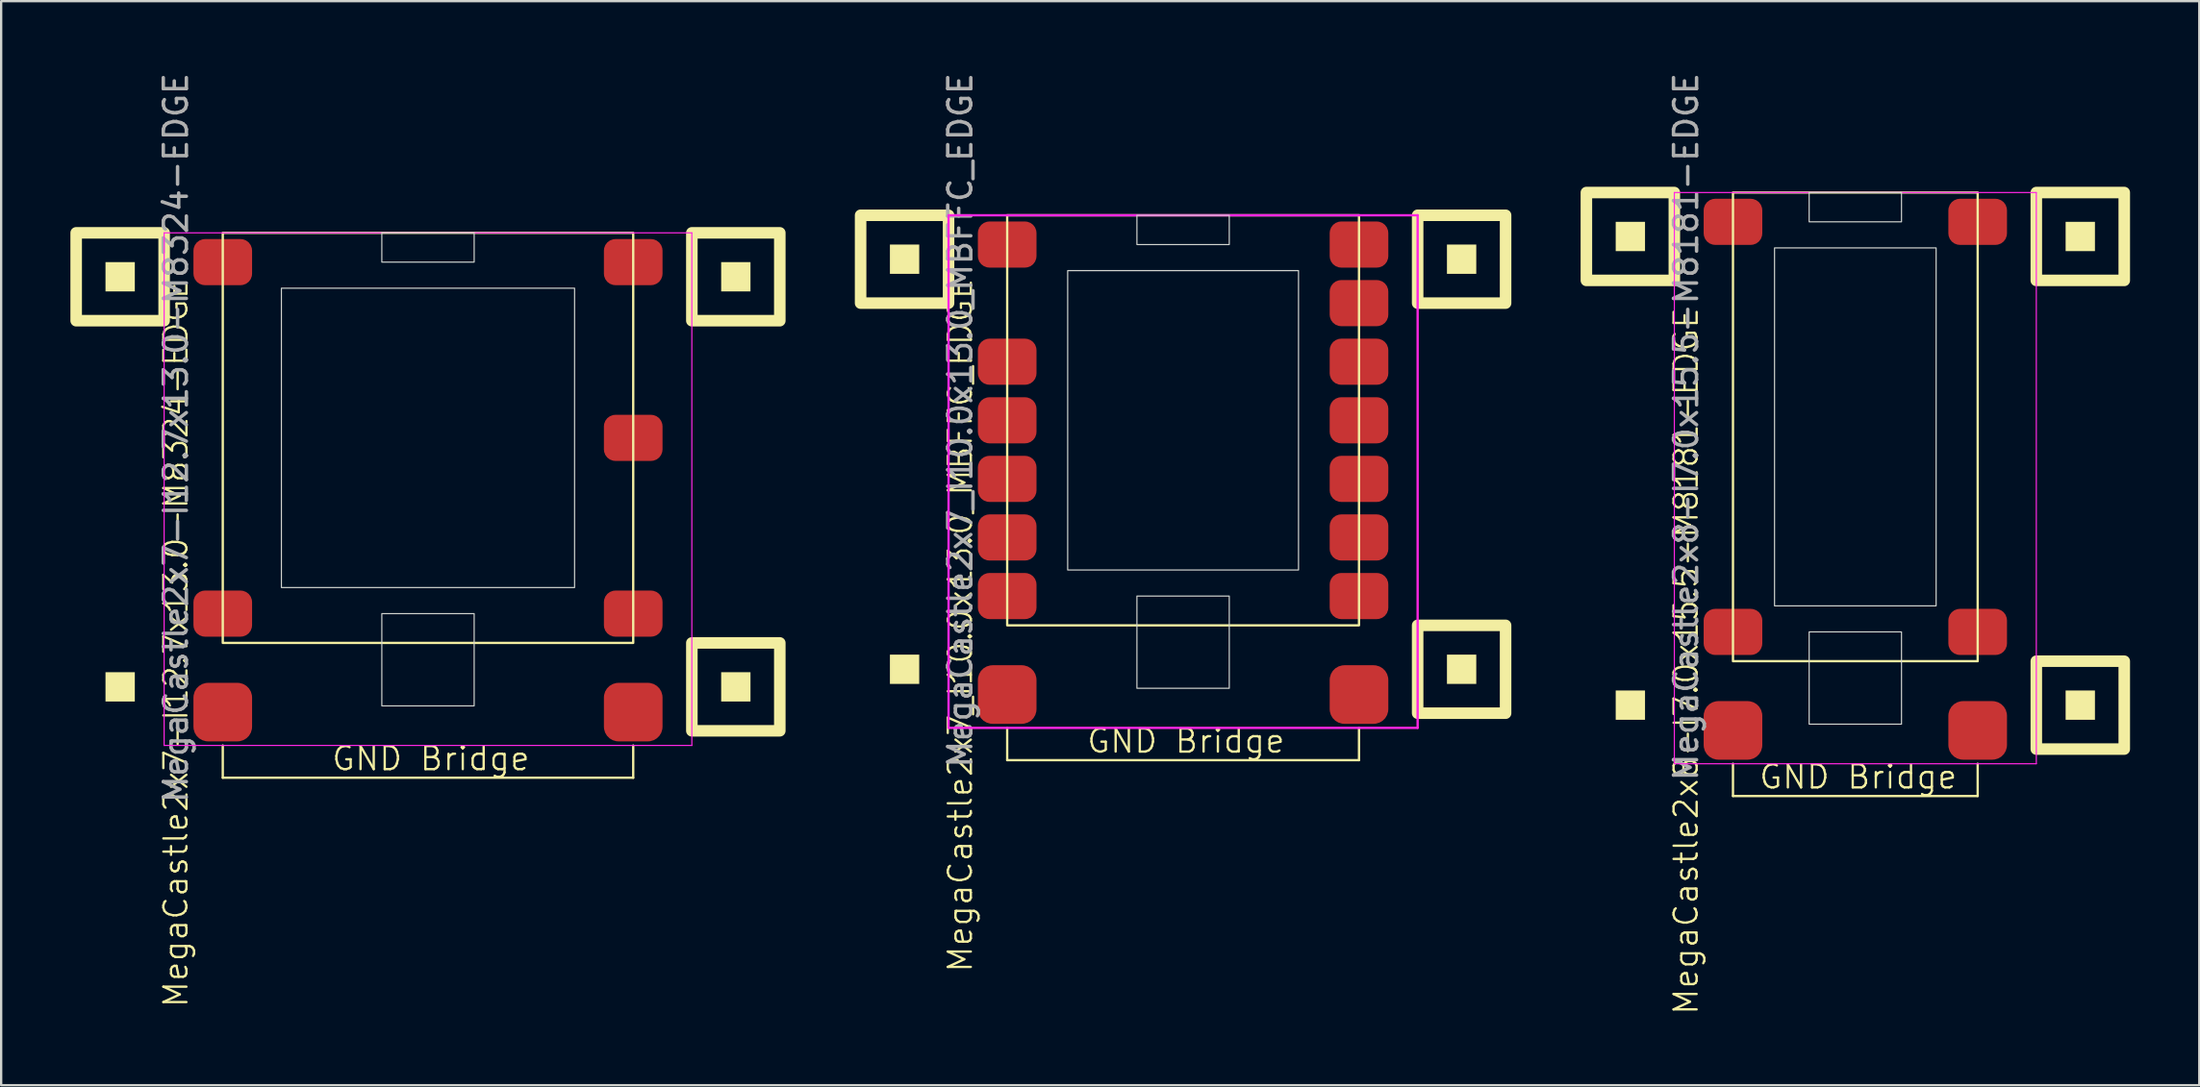
<source format=kicad_pcb>
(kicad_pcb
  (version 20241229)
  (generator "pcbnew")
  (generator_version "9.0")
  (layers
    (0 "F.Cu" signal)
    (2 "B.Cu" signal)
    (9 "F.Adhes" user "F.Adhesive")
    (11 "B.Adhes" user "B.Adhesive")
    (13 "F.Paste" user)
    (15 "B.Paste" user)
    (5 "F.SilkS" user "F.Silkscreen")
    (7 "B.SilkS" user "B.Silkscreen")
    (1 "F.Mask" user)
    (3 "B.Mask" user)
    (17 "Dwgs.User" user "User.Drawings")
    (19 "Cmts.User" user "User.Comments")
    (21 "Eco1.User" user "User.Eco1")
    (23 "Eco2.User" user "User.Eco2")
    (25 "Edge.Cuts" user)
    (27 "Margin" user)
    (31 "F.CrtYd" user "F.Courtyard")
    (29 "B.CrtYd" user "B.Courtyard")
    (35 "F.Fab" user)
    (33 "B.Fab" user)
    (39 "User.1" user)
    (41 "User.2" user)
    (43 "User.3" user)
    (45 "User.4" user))
  (footprint "MegaCastle2x7_I10.0x13.0_MBFFC_EDGE"
    (layer "F.Cu")
    (at 48.2 15.173)
    (property "Reference" "MegaCastle2x7_I10.0x13.0_MBFFC_EDGE" (at -9.652 8.89 90) (unlocked yes) (layer "F.SilkS") (effects (font (size 1 1) (thickness 0.1))))
    (attr smd)
    (fp_line (start -7.62 13.335) (end -7.62 14.735) (stroke (width 0.1) (type default)) (layer "F.SilkS"))
    (fp_line (start -7.62 14.735) (end 7.62 14.735) (stroke (width 0.1) (type default)) (layer "F.SilkS"))
    (fp_line (start 7.62 13.335) (end 7.62 14.735) (stroke (width 0.1) (type default)) (layer "F.SilkS"))
    (fp_rect (start -11.43 -6.35) (end -12.7 -7.62) (stroke (width 0) (type solid)) (fill yes) (layer "F.SilkS"))
    (fp_rect (start -11.43 11.43) (end -12.7 10.16) (stroke (width 0) (type solid)) (fill yes) (layer "F.SilkS"))
    (fp_rect (start -10.16 -5.08) (end -13.97 -8.89) (stroke (width 0.5) (type default)) (fill no) (layer "F.SilkS"))
    (fp_rect (start -7.62 -8.89) (end 7.62 8.89) (stroke (width 0.1) (type default)) (fill no) (layer "F.SilkS"))
    (fp_rect (start 12.7 -6.35) (end 11.43 -7.62) (stroke (width 0) (type solid)) (fill yes) (layer "F.SilkS"))
    (fp_rect (start 12.7 11.43) (end 11.43 10.16) (stroke (width 0) (type solid)) (fill yes) (layer "F.SilkS"))
    (fp_rect (start 13.97 -5.08) (end 10.16 -8.89) (stroke (width 0.5) (type default)) (fill no) (layer "F.SilkS"))
    (fp_rect (start 13.97 12.7) (end 10.16 8.89) (stroke (width 0.5) (type default)) (fill no) (layer "F.SilkS"))
    (fp_rect (start -5 -6.49) (end 5 6.49) (stroke (width 0.05) (type default)) (fill no) (layer "Edge.Cuts"))
    (fp_rect (start -2 -7.62) (end 2 -8.89) (stroke (width 0.05) (type default)) (fill no) (layer "Edge.Cuts"))
    (fp_rect (start -2 7.62) (end 2 11.62) (stroke (width 0.05) (type default)) (fill no) (layer "Edge.Cuts"))
    (fp_line (start -10.16 -8.89) (end -10.16 13.335) (stroke (width 0.1) (type default)) (layer "F.CrtYd"))
    (fp_line (start -10.16 13.335) (end 10.16 13.335) (stroke (width 0.1) (type default)) (layer "F.CrtYd"))
    (fp_line (start 10.16 -8.89) (end -10.16 -8.89) (stroke (width 0.1) (type default)) (layer "F.CrtYd"))
    (fp_line (start 10.16 -8.89) (end 10.16 13.335) (stroke (width 0.1) (type default)) (layer "F.CrtYd"))
    (fp_text user "GND Bridge" (at -4.226 14.49 0) (unlocked yes) (layer "F.SilkS") (effects (font (size 1 1) (thickness 0.1)) (justify left bottom)))
    (fp_text user "${REFERENCE}" (at -9.652 0 90) (unlocked yes) (layer "F.Fab") (effects (font (size 1 1) (thickness 0.15))))
    (pad "1" smd roundrect (at -7.62 -7.62) (size 2.54 2) (layers "F.Cu" "F.Mask" "F.Paste") (roundrect_rratio 0.25))
    (pad "3" smd roundrect (at -7.62 -2.54) (size 2.54 2) (layers "F.Cu" "F.Mask" "F.Paste") (roundrect_rratio 0.25))
    (pad "4" smd roundrect (at -7.62 0) (size 2.54 2) (layers "F.Cu" "F.Mask" "F.Paste") (roundrect_rratio 0.25))
    (pad "5" smd roundrect (at -7.62 2.54) (size 2.54 2) (layers "F.Cu" "F.Mask" "F.Paste") (roundrect_rratio 0.25))
    (pad "6" smd roundrect (at -7.62 5.08) (size 2.54 2) (layers "F.Cu" "F.Mask" "F.Paste") (roundrect_rratio 0.25))
    (pad "7" smd roundrect (at -7.62 7.62) (size 2.54 2) (layers "F.Cu" "F.Mask" "F.Paste") (roundrect_rratio 0.25))
    (pad "8" smd roundrect (at 7.62 -7.62) (size 2.54 2) (layers "F.Cu" "F.Mask" "F.Paste") (roundrect_rratio 0.25))
    (pad "9" smd roundrect (at 7.62 -5.08) (size 2.54 2) (layers "F.Cu" "F.Mask" "F.Paste") (roundrect_rratio 0.25))
    (pad "10" smd roundrect (at 7.62 -2.54) (size 2.54 2) (layers "F.Cu" "F.Mask" "F.Paste") (roundrect_rratio 0.25))
    (pad "11" smd roundrect (at 7.62 0) (size 2.54 2) (layers "F.Cu" "F.Mask" "F.Paste") (roundrect_rratio 0.25))
    (pad "12" smd roundrect (at 7.62 2.54) (size 2.54 2) (layers "F.Cu" "F.Mask" "F.Paste") (roundrect_rratio 0.25))
    (pad "13" smd roundrect (at 7.62 5.08) (size 2.54 2) (layers "F.Cu" "F.Mask" "F.Paste") (roundrect_rratio 0.25))
    (pad "14" smd roundrect (at 7.62 7.62) (size 2.54 2) (layers "F.Cu" "F.Mask" "F.Paste") (roundrect_rratio 0.25))
    (pad "B1" smd roundrect (at -7.62 11.89) (size 2.54 2.54) (layers "F.Cu" "F.Mask" "F.Paste") (roundrect_rratio 0.25))
    (pad "B2" smd roundrect (at 7.62 11.89) (size 2.54 2.54) (layers "F.Cu" "F.Mask" "F.Paste") (roundrect_rratio 0.25)))
  (footprint "MegaCastle2x7-I12.7x13.0-M8324-EDGE"
    (layer "F.Cu")
    (at 15.49 15.935)
    (property "Reference" "MegaCastle2x7-I12.7x13.0-M8324-EDGE" (at -10.922 8.89 90) (unlocked yes) (layer "F.SilkS") (effects (font (size 1 1) (thickness 0.1))))
    (attr smd)
    (fp_line (start -8.89 13.335) (end -8.89 14.735) (stroke (width 0.1) (type default)) (layer "F.SilkS"))
    (fp_line (start -8.89 14.735) (end 8.89 14.735) (stroke (width 0.1) (type default)) (layer "F.SilkS"))
    (fp_line (start 8.89 13.335) (end 8.89 14.735) (stroke (width 0.1) (type default)) (layer "F.SilkS"))
    (fp_rect (start -12.7 -6.35) (end -13.97 -7.62) (stroke (width 0) (type solid)) (fill yes) (layer "F.SilkS"))
    (fp_rect (start -12.7 11.43) (end -13.97 10.16) (stroke (width 0) (type solid)) (fill yes) (layer "F.SilkS"))
    (fp_rect (start -11.43 -5.08) (end -15.24 -8.89) (stroke (width 0.5) (type default)) (fill no) (layer "F.SilkS"))
    (fp_rect (start -8.89 -8.89) (end 8.89 8.89) (stroke (width 0.1) (type default)) (fill no) (layer "F.SilkS"))
    (fp_rect (start 13.97 -6.35) (end 12.7 -7.62) (stroke (width 0) (type solid)) (fill yes) (layer "F.SilkS"))
    (fp_rect (start 13.97 11.43) (end 12.7 10.16) (stroke (width 0) (type solid)) (fill yes) (layer "F.SilkS"))
    (fp_rect (start 15.24 -5.08) (end 11.43 -8.89) (stroke (width 0.5) (type default)) (fill no) (layer "F.SilkS"))
    (fp_rect (start 15.24 12.7) (end 11.43 8.89) (stroke (width 0.5) (type default)) (fill no) (layer "F.SilkS"))
    (fp_rect (start -6.35 -6.49) (end 6.35 6.49) (stroke (width 0.05) (type default)) (fill no) (layer "Edge.Cuts"))
    (fp_rect (start -2 -7.62) (end 2 -8.89) (stroke (width 0.05) (type default)) (fill no) (layer "Edge.Cuts"))
    (fp_rect (start -2 7.62) (end 2 11.62) (stroke (width 0.05) (type default)) (fill no) (layer "Edge.Cuts"))
    (fp_line (start -11.43 -8.89) (end -11.43 13.335) (stroke (width 0.05) (type default)) (layer "F.CrtYd"))
    (fp_line (start -11.43 13.335) (end 11.43 13.335) (stroke (width 0.05) (type default)) (layer "F.CrtYd"))
    (fp_line (start 11.43 -8.89) (end -11.43 -8.89) (stroke (width 0.05) (type default)) (layer "F.CrtYd"))
    (fp_line (start 11.43 -8.89) (end 11.43 13.335) (stroke (width 0.05) (type default)) (layer "F.CrtYd"))
    (fp_text user "GND Bridge" (at -4.226 14.49 0) (unlocked yes) (layer "F.SilkS") (effects (font (size 1 1) (thickness 0.1)) (justify left bottom)))
    (fp_text user "${REFERENCE}" (at -10.922 0 90) (unlocked yes) (layer "F.Fab") (effects (font (size 1 1) (thickness 0.15))))
    (pad "1" smd roundrect (at -8.89 -7.62) (size 2.54 2) (layers "F.Cu" "F.Mask" "F.Paste") (roundrect_rratio 0.25))
    (pad "7" smd roundrect (at -8.89 7.62) (size 2.54 2) (layers "F.Cu" "F.Mask" "F.Paste") (roundrect_rratio 0.25))
    (pad "8" smd roundrect (at 8.89 -7.62) (size 2.54 2) (layers "F.Cu" "F.Mask" "F.Paste") (roundrect_rratio 0.25))
    (pad "11" smd roundrect (at 8.89 0) (size 2.54 2) (layers "F.Cu" "F.Mask" "F.Paste") (roundrect_rratio 0.25))
    (pad "14" smd roundrect (at 8.89 7.62) (size 2.54 2) (layers "F.Cu" "F.Mask" "F.Paste") (roundrect_rratio 0.25))
    (pad "B1" smd roundrect (at -8.89 11.89) (size 2.54 2.54) (layers "F.Cu" "F.Mask" "F.Paste") (roundrect_rratio 0.25))
    (pad "B2" smd roundrect (at 8.89 11.89) (size 2.54 2.54) (layers "F.Cu" "F.Mask" "F.Paste") (roundrect_rratio 0.25)))
  (footprint "MegaCastle2x8-I7.0x15.5-M8181-EDGE"
    (layer "F.Cu")
    (at 77.32 15.458)
    (property "Reference" "MegaCastle2x8-I7.0x15.5-M8181-EDGE" (at -7.332 10.16 90) (unlocked yes) (layer "F.SilkS") (effects (font (size 1 1) (thickness 0.1))))
    (attr smd)
    (fp_line (start -5.3 14.605) (end -5.3 16.005) (stroke (width 0.1) (type default)) (layer "F.SilkS"))
    (fp_line (start -5.3 16.005) (end 5.3 16.005) (stroke (width 0.1) (type default)) (layer "F.SilkS"))
    (fp_line (start 5.3 14.605) (end 5.3 16.005) (stroke (width 0.1) (type default)) (layer "F.SilkS"))
    (fp_rect (start -9.11 -7.62) (end -10.38 -8.89) (stroke (width 0) (type solid)) (fill yes) (layer "F.SilkS"))
    (fp_rect (start -9.11 12.7) (end -10.38 11.43) (stroke (width 0) (type solid)) (fill yes) (layer "F.SilkS"))
    (fp_rect (start -7.84 -6.35) (end -11.65 -10.16) (stroke (width 0.5) (type default)) (fill no) (layer "F.SilkS"))
    (fp_rect (start -5.3 -10.16) (end 5.3 10.16) (stroke (width 0.1) (type default)) (fill no) (layer "F.SilkS"))
    (fp_rect (start 10.38 -7.62) (end 9.11 -8.89) (stroke (width 0) (type solid)) (fill yes) (layer "F.SilkS"))
    (fp_rect (start 10.38 12.7) (end 9.11 11.43) (stroke (width 0) (type solid)) (fill yes) (layer "F.SilkS"))
    (fp_rect (start 11.65 -6.35) (end 7.84 -10.16) (stroke (width 0.5) (type default)) (fill no) (layer "F.SilkS"))
    (fp_rect (start 11.65 13.97) (end 7.84 10.16) (stroke (width 0.5) (type default)) (fill no) (layer "F.SilkS"))
    (fp_rect (start -3.5 -7.76) (end 3.5 7.76) (stroke (width 0.05) (type default)) (fill no) (layer "Edge.Cuts"))
    (fp_rect (start -2 -8.89) (end 2 -10.16) (stroke (width 0.05) (type default)) (fill no) (layer "Edge.Cuts"))
    (fp_rect (start -2 8.89) (end 2 12.89) (stroke (width 0.05) (type default)) (fill no) (layer "Edge.Cuts"))
    (fp_line (start -7.84 -10.16) (end -7.84 14.605) (stroke (width 0.05) (type default)) (layer "F.CrtYd"))
    (fp_line (start -7.84 14.605) (end 7.84 14.605) (stroke (width 0.05) (type default)) (layer "F.CrtYd"))
    (fp_line (start 7.84 -10.16) (end -7.84 -10.16) (stroke (width 0.05) (type default)) (layer "F.CrtYd"))
    (fp_line (start 7.84 -10.16) (end 7.84 14.605) (stroke (width 0.05) (type default)) (layer "F.CrtYd"))
    (fp_text user "GND Bridge" (at -4.226 15.76 0) (unlocked yes) (layer "F.SilkS") (effects (font (size 1 1) (thickness 0.1)) (justify left bottom)))
    (fp_text user "${REFERENCE}" (at -7.332 0 90) (unlocked yes) (layer "F.Fab") (effects (font (size 1 1) (thickness 0.15))))
    (pad "1" smd roundrect (at -5.3 -8.89) (size 2.54 2) (layers "F.Cu" "F.Mask" "F.Paste") (roundrect_rratio 0.25))
    (pad "8" smd roundrect (at -5.3 8.89) (size 2.54 2) (layers "F.Cu" "F.Mask" "F.Paste") (roundrect_rratio 0.25))
    (pad "9" smd roundrect (at 5.3 -8.89) (size 2.54 2) (layers "F.Cu" "F.Mask" "F.Paste") (roundrect_rratio 0.25))
    (pad "16" smd roundrect (at 5.3 8.89) (size 2.54 2) (layers "F.Cu" "F.Mask" "F.Paste") (roundrect_rratio 0.25))
    (pad "B1" smd roundrect (at -5.3 13.16) (size 2.54 2.54) (layers "F.Cu" "F.Mask" "F.Paste") (roundrect_rratio 0.25))
    (pad "B2" smd roundrect (at 5.3 13.16) (size 2.54 2.54) (layers "F.Cu" "F.Mask" "F.Paste") (roundrect_rratio 0.25)))
  (gr_rect
    (start -3 -3)
    (end 92.22 44.002)
    (stroke (width 0.1) (type default))
    (fill no)
    (layer "Edge.Cuts")))
</source>
